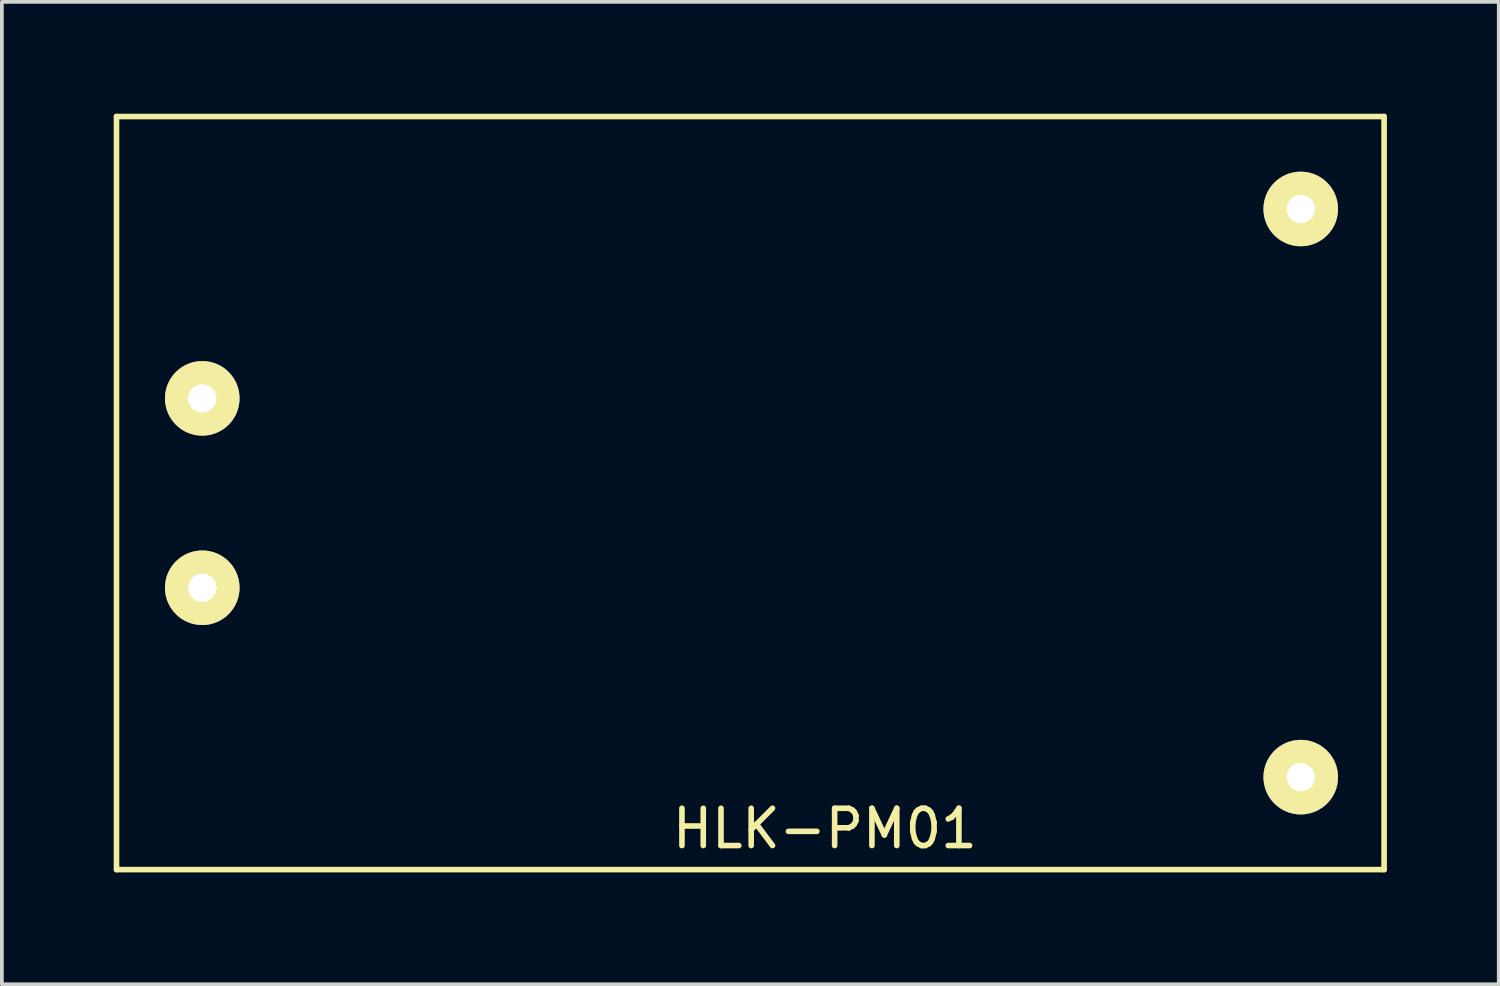
<source format=kicad_pcb>
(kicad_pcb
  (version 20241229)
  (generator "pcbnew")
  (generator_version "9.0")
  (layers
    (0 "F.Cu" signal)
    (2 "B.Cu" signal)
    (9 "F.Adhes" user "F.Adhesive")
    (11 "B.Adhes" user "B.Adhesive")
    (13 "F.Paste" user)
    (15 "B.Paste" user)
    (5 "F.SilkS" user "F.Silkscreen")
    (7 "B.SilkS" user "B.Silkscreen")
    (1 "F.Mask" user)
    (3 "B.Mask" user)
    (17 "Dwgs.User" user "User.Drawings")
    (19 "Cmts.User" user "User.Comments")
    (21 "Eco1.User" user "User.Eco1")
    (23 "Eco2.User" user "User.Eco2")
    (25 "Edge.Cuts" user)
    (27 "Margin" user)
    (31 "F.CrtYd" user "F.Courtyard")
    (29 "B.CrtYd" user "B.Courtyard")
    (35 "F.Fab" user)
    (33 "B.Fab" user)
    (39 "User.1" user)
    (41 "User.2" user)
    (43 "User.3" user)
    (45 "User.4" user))
  (footprint "HLK-PM01"
    (layer "F.Cu")
    (at 2.375 10.175)
    (property "Reference" "HLK-PM01" (at 16.7 9 0) (layer "F.SilkS") (effects (font (size 1 1) (thickness 0.15))))
    (attr through_hole)
    (fp_line (start -2.3 10.1) (end -2.3 -10.1) (stroke (width 0.15) (type solid)) (layer "F.SilkS"))
    (fp_line (start -2.3 10.1) (end 31.7 10.1) (stroke (width 0.15) (type solid)) (layer "F.SilkS"))
    (fp_line (start 31.7 -10.1) (end -2.3 -10.1) (stroke (width 0.15) (type solid)) (layer "F.SilkS"))
    (fp_line (start 31.7 -10.1) (end 31.7 10.1) (stroke (width 0.15) (type solid)) (layer "F.SilkS"))
    (pad "1" thru_hole circle (at 0 -2.54) (size 2 2) (drill 0.762) (layers "*.Cu" "*.Mask" "F.SilkS"))
    (pad "2" thru_hole circle (at 0 2.54) (size 2 2) (drill 0.762) (layers "*.Cu" "*.Mask" "F.SilkS"))
    (pad "3" thru_hole circle (at 29.464 -7.62) (size 2 2) (drill 0.762) (layers "*.Cu" "*.Mask" "F.SilkS"))
    (pad "4" thru_hole circle (at 29.464 7.62) (size 2 2) (drill 0.762) (layers "*.Cu" "*.Mask" "F.SilkS")))
  (gr_rect
    (start -3 -3)
    (end 37.15 23.35)
    (stroke (width 0.1) (type default))
    (fill no)
    (layer "Edge.Cuts")))
</source>
